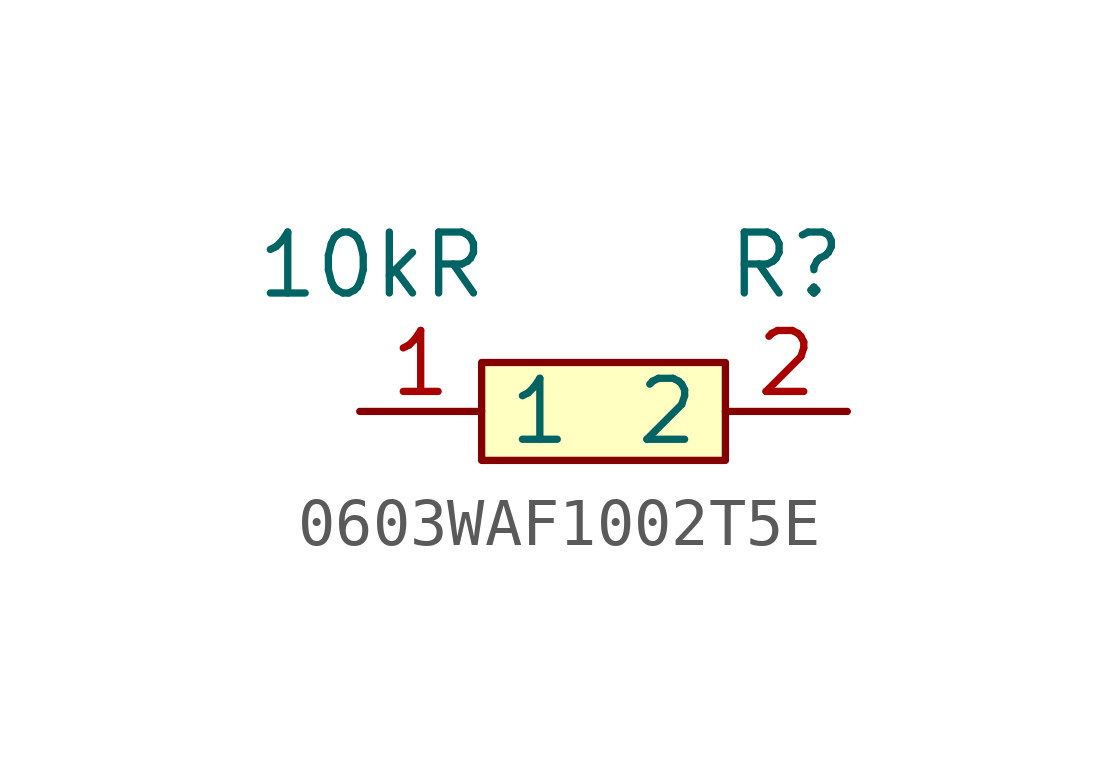
<source format=kicad_sym>
(kicad_symbol_lib
  (version 20231120)
  (generator "kicad_symbol_editor")
  (generator_version "8.0")
  (symbol "0603WAF1002T5E"
    (property "Reference" "R"
      (at 3.81 3.048 0)
      (effects (font (size 1.27 1.27))))
    (property "Value" "10kR"
      (at -4.826 3.048 0)
      (effects (font (size 1.27 1.27))))
    (symbol "0603WAF1002T5E_0_1"
      (rectangle (start -2.54 1.02) (end 2.54 -1.02) (stroke (width 0) (type default)) (fill (type background)))
      (pin passive line (at -5.08 0 0) (length 2.54) (name "1" (effects (font (size 1.27 1.27)))) (number "1" (effects (font (size 1.27 1.27)))))
      (pin passive line (at 5.08 0 180) (length 2.54) (name "2" (effects (font (size 1.27 1.27)))) (number "2" (effects (font (size 1.27 1.27))))))))
</source>
